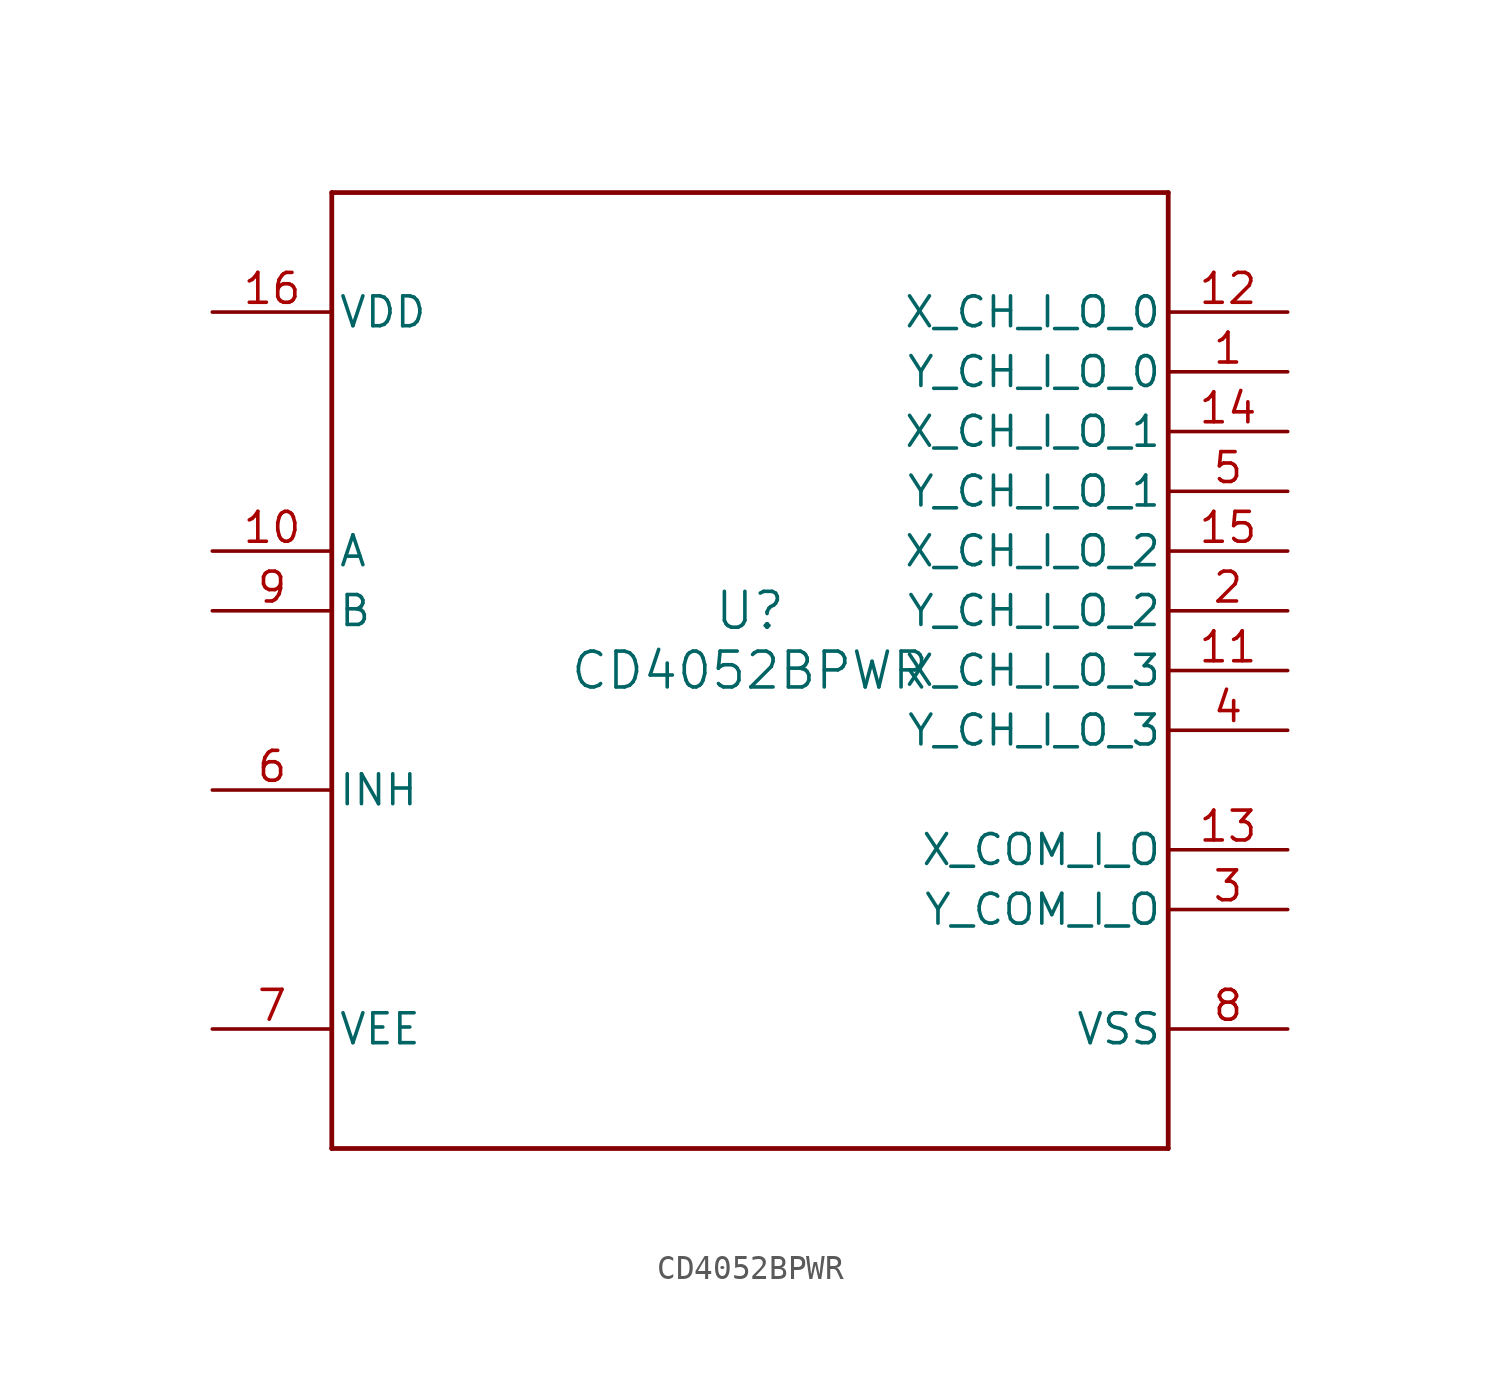
<source format=kicad_sym>
(kicad_symbol_lib
  (version 20211014)
  (generator kicad_symbol_editor)
  (symbol "CD4052BPWR"
    (pin_names
      (offset 0.254))
    (property "Reference" "U"
      (at 0 2.54 0)
      (effects (font (size 1.524 1.524))))
    (property "Value" "CD4052BPWR"
      (at 0 0 0)
      (effects (font (size 1.524 1.524))))
    (symbol "CD4052BPWR_0_1"
      (polyline (pts (xy -17.78 -20.32) (xy 17.78 -20.32)) (stroke (width 0.203) (type default) (color 0 0 0 0)) (fill (type none)))
      (polyline (pts (xy 17.78 -20.32) (xy 17.78 20.32)) (stroke (width 0.203) (type default) (color 0 0 0 0)) (fill (type none)))
      (polyline (pts (xy 17.78 20.32) (xy -17.78 20.32)) (stroke (width 0.203) (type default) (color 0 0 0 0)) (fill (type none)))
      (polyline (pts (xy -17.78 20.32) (xy -17.78 -20.32)) (stroke (width 0.203) (type default) (color 0 0 0 0)) (fill (type none)))
      (pin bidirectional line (at 22.86 12.7 180) (length 5.08) (name "Y CH I_O 0" (effects (font (size 1.27 1.27)))) (number "1" (effects (font (size 1.27 1.27)))))
      (pin bidirectional line (at 22.86 2.54 180) (length 5.08) (name "Y CH I_O 2" (effects (font (size 1.27 1.27)))) (number "2" (effects (font (size 1.27 1.27)))))
      (pin bidirectional line (at 22.86 -10.16 180) (length 5.08) (name "Y COM I_O" (effects (font (size 1.27 1.27)))) (number "3" (effects (font (size 1.27 1.27)))))
      (pin bidirectional line (at 22.86 -2.54 180) (length 5.08) (name "Y CH I_O 3" (effects (font (size 1.27 1.27)))) (number "4" (effects (font (size 1.27 1.27)))))
      (pin bidirectional line (at 22.86 7.62 180) (length 5.08) (name "Y CH I_O 1" (effects (font (size 1.27 1.27)))) (number "5" (effects (font (size 1.27 1.27)))))
      (pin input line (at -22.86 -5.08 0) (length 5.08) (name "INH" (effects (font (size 1.27 1.27)))) (number "6" (effects (font (size 1.27 1.27)))))
      (pin power_in line (at -22.86 -15.24 0) (length 5.08) (name "VEE" (effects (font (size 1.27 1.27)))) (number "7" (effects (font (size 1.27 1.27)))))
      (pin power_in line (at 22.86 -15.24 180) (length 5.08) (name "VSS" (effects (font (size 1.27 1.27)))) (number "8" (effects (font (size 1.27 1.27)))))
      (pin input line (at -22.86 2.54 0) (length 5.08) (name "B" (effects (font (size 1.27 1.27)))) (number "9" (effects (font (size 1.27 1.27)))))
      (pin input line (at -22.86 5.08 0) (length 5.08) (name "A" (effects (font (size 1.27 1.27)))) (number "10" (effects (font (size 1.27 1.27)))))
      (pin bidirectional line (at 22.86 0 180) (length 5.08) (name "X CH I_O 3" (effects (font (size 1.27 1.27)))) (number "11" (effects (font (size 1.27 1.27)))))
      (pin bidirectional line (at 22.86 15.24 180) (length 5.08) (name "X CH I_O 0" (effects (font (size 1.27 1.27)))) (number "12" (effects (font (size 1.27 1.27)))))
      (pin bidirectional line (at 22.86 -7.62 180) (length 5.08) (name "X COM I_O" (effects (font (size 1.27 1.27)))) (number "13" (effects (font (size 1.27 1.27)))))
      (pin bidirectional line (at 22.86 10.16 180) (length 5.08) (name "X CH I_O 1" (effects (font (size 1.27 1.27)))) (number "14" (effects (font (size 1.27 1.27)))))
      (pin bidirectional line (at 22.86 5.08 180) (length 5.08) (name "X CH I_O 2" (effects (font (size 1.27 1.27)))) (number "15" (effects (font (size 1.27 1.27)))))
      (pin power_in line (at -22.86 15.24 0) (length 5.08) (name "VDD" (effects (font (size 1.27 1.27)))) (number "16" (effects (font (size 1.27 1.27))))))))
</source>
